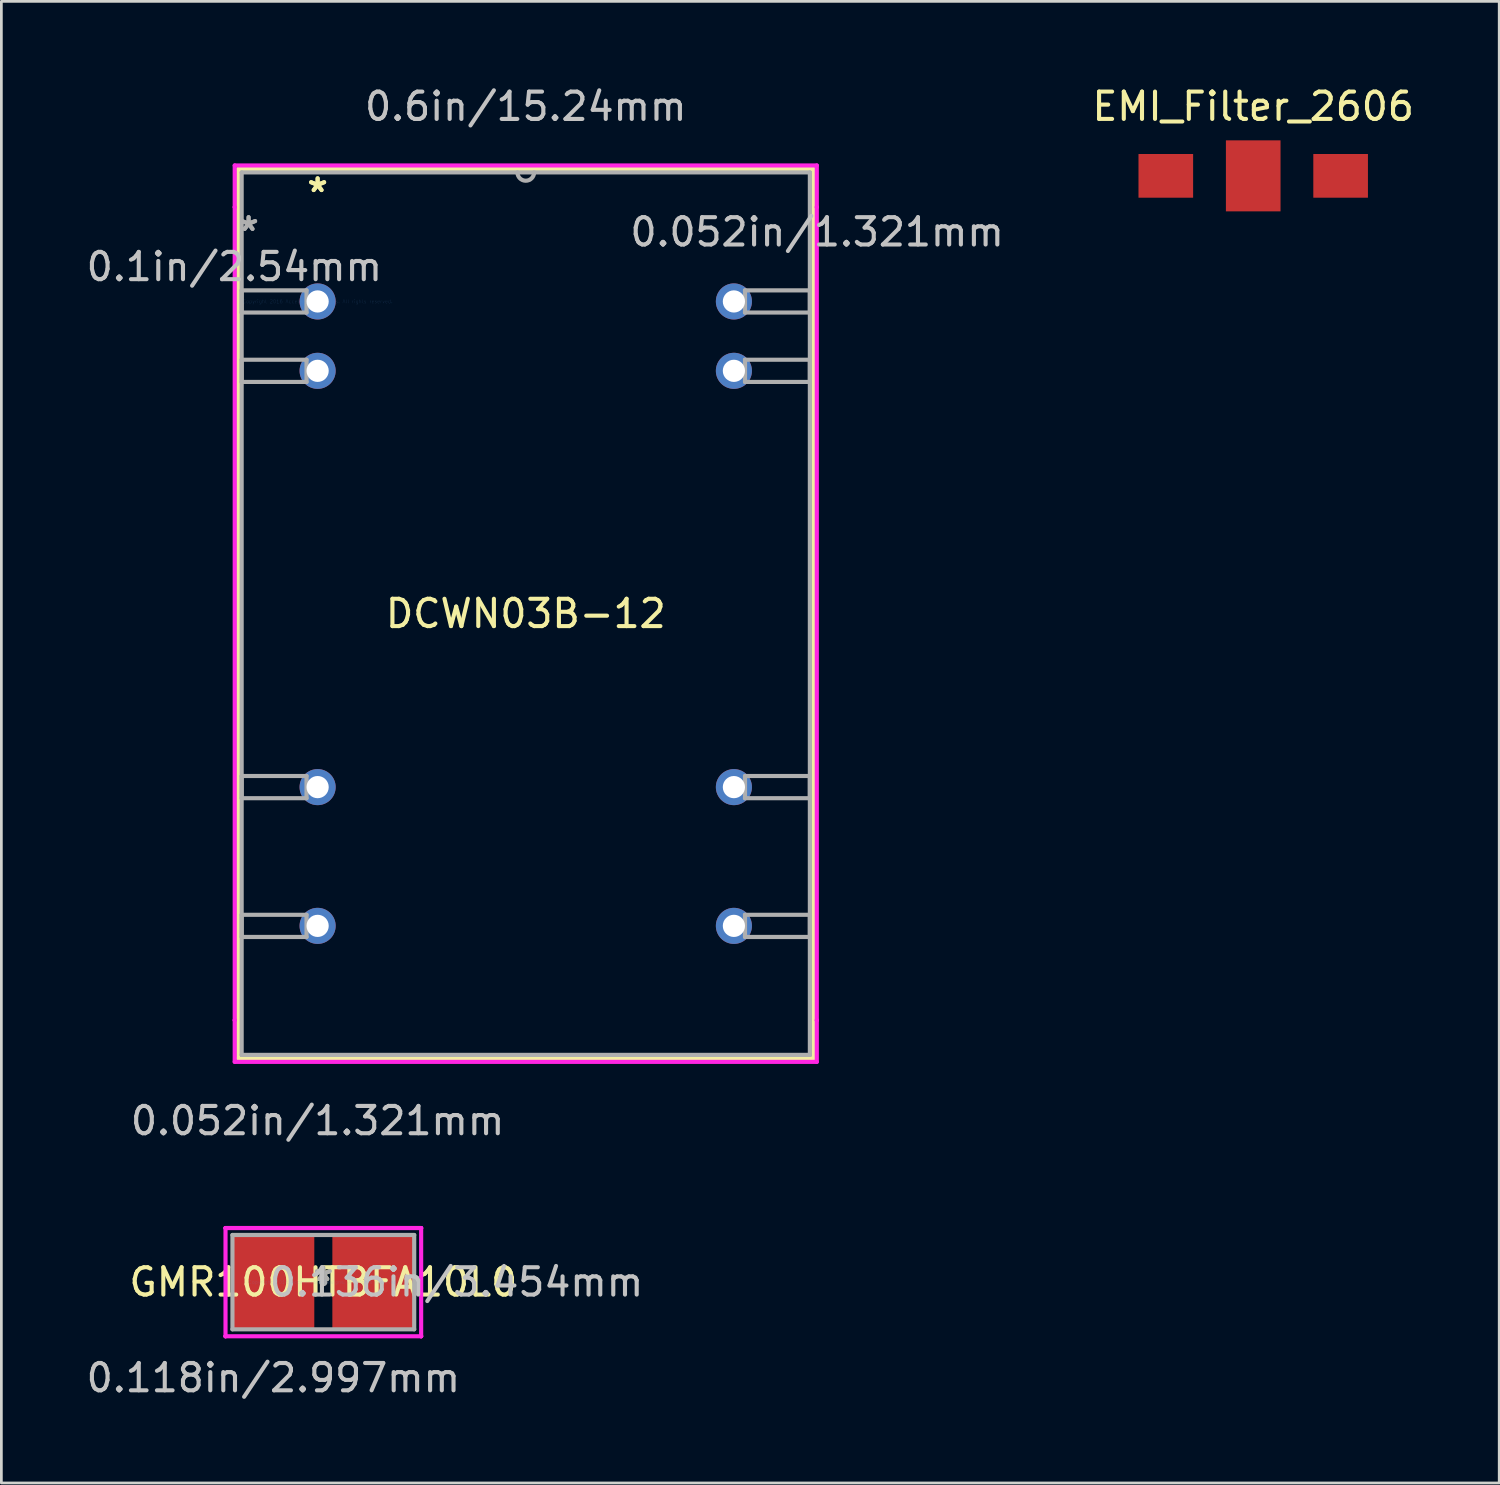
<source format=kicad_pcb>
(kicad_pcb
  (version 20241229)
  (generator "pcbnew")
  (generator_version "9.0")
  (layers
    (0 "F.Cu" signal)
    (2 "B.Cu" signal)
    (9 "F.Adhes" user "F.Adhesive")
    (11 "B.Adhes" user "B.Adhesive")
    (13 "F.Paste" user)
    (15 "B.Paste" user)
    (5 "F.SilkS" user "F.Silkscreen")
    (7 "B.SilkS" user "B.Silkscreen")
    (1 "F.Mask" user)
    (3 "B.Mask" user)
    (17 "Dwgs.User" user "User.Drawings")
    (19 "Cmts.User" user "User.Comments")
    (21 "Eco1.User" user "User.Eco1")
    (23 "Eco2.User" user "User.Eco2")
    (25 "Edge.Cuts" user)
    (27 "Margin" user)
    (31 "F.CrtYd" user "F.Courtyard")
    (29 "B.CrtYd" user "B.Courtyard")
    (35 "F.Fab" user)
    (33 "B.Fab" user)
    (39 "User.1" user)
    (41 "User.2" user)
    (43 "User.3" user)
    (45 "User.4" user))
  (footprint "GMR100HTBFA10L0"
    (layer "F.Cu")
    (at 8.787 43.889)
    (property "Reference" "GMR100HTBFA10L0" (at 0 0 0) (layer "F.SilkS") (effects (font (size 1 1) (thickness 0.15))))
    (attr through_hole)
    (fp_line (start -3.581 -1.981) (end -3.581 -1.981) (stroke (width 0.152) (type solid)) (layer "F.CrtYd"))
    (fp_line (start -3.581 -1.981) (end -3.581 -1.981) (stroke (width 0.152) (type solid)) (layer "F.CrtYd"))
    (fp_line (start -3.581 -1.981) (end 3.581 -1.981) (stroke (width 0.152) (type solid)) (layer "F.CrtYd"))
    (fp_line (start -3.581 1.981) (end -3.581 -1.981) (stroke (width 0.152) (type solid)) (layer "F.CrtYd"))
    (fp_line (start -3.581 1.981) (end -3.581 1.981) (stroke (width 0.152) (type solid)) (layer "F.CrtYd"))
    (fp_line (start -3.581 1.981) (end -3.581 1.981) (stroke (width 0.152) (type solid)) (layer "F.CrtYd"))
    (fp_line (start 3.581 -1.981) (end 3.581 -1.981) (stroke (width 0.152) (type solid)) (layer "F.CrtYd"))
    (fp_line (start 3.581 -1.981) (end 3.581 -1.981) (stroke (width 0.152) (type solid)) (layer "F.CrtYd"))
    (fp_line (start 3.581 -1.981) (end 3.581 1.981) (stroke (width 0.152) (type solid)) (layer "F.CrtYd"))
    (fp_line (start 3.581 1.981) (end -3.581 1.981) (stroke (width 0.152) (type solid)) (layer "F.CrtYd"))
    (fp_line (start 3.581 1.981) (end 3.581 1.981) (stroke (width 0.152) (type solid)) (layer "F.CrtYd"))
    (fp_line (start 3.581 1.981) (end 3.581 1.981) (stroke (width 0.152) (type solid)) (layer "F.CrtYd"))
    (fp_line (start -3.327 -1.727) (end -3.327 1.727) (stroke (width 0.152) (type solid)) (layer "F.Fab"))
    (fp_line (start -3.327 1.727) (end 3.327 1.727) (stroke (width 0.152) (type solid)) (layer "F.Fab"))
    (fp_line (start 3.327 -1.727) (end -3.327 -1.727) (stroke (width 0.152) (type solid)) (layer "F.Fab"))
    (fp_line (start 3.327 1.727) (end 3.327 -1.727) (stroke (width 0.152) (type solid)) (layer "F.Fab"))
    (fp_circle (center 0 0) (end 0 0) (stroke (width 0.152) (type solid)) (fill no) (layer "F.Fab"))
    (fp_text user "*" (at 0 0 0) (layer "F.SilkS") (effects (font (size 1 1) (thickness 0.15))))
    (fp_text user "0.136in/3.454mm" (at 4.877 0 0) (layer "Dwgs.User") (effects (font (size 1 1) (thickness 0.15))))
    (fp_text user "0.118in/2.997mm" (at -1.829 3.505 0) (layer "Dwgs.User") (effects (font (size 1 1) (thickness 0.15))))
    (fp_text user "Copyright 2016 Accelerated Designs. All rights reserved." (at 0 0 0) (layer "Cmts.User") (effects (font (size 0.127 0.127) (thickness 0.002))))
    (fp_text user "*" (at 0 0 0) (layer "F.Fab") (effects (font (size 1 1) (thickness 0.15))))
    (pad "1" smd rect (at -1.829 0) (size 2.997 3.454) (layers "F.Cu" "F.Mask" "F.Paste"))
    (pad "2" smd rect (at 1.829 0) (size 2.997 3.454) (layers "F.Cu" "F.Mask" "F.Paste")))
  (footprint "DCWN03B-12"
    (layer "F.Cu")
    (at 8.578 7.986)
    (property "Reference" "DCWN03B-12" (at 7.62 11.43 0) (layer "F.SilkS") (effects (font (size 1 1) (thickness 0.15))))
    (attr through_hole)
    (fp_line (start -2.908 -4.851) (end -2.908 27.711) (stroke (width 0.152) (type solid)) (layer "F.SilkS"))
    (fp_line (start -2.908 27.711) (end 18.148 27.711) (stroke (width 0.152) (type solid)) (layer "F.SilkS"))
    (fp_line (start 18.148 -4.851) (end -2.908 -4.851) (stroke (width 0.152) (type solid)) (layer "F.SilkS"))
    (fp_line (start 18.148 27.711) (end 18.148 -4.851) (stroke (width 0.152) (type solid)) (layer "F.SilkS"))
    (fp_line (start -3.035 -4.978) (end -3.035 -3.454) (stroke (width 0.152) (type solid)) (layer "F.CrtYd"))
    (fp_line (start -3.035 -3.454) (end -3.035 -3.454) (stroke (width 0.152) (type solid)) (layer "F.CrtYd"))
    (fp_line (start -3.035 -3.454) (end -3.035 26.314) (stroke (width 0.152) (type solid)) (layer "F.CrtYd"))
    (fp_line (start -3.035 26.314) (end -3.035 26.314) (stroke (width 0.152) (type solid)) (layer "F.CrtYd"))
    (fp_line (start -3.035 26.314) (end -3.035 27.838) (stroke (width 0.152) (type solid)) (layer "F.CrtYd"))
    (fp_line (start -3.035 27.838) (end 18.275 27.838) (stroke (width 0.152) (type solid)) (layer "F.CrtYd"))
    (fp_line (start 18.275 -4.978) (end -3.035 -4.978) (stroke (width 0.152) (type solid)) (layer "F.CrtYd"))
    (fp_line (start 18.275 -3.454) (end 18.275 -4.978) (stroke (width 0.152) (type solid)) (layer "F.CrtYd"))
    (fp_line (start 18.275 -3.454) (end 18.275 -3.454) (stroke (width 0.152) (type solid)) (layer "F.CrtYd"))
    (fp_line (start 18.275 26.314) (end 18.275 -3.454) (stroke (width 0.152) (type solid)) (layer "F.CrtYd"))
    (fp_line (start 18.275 26.314) (end 18.275 26.314) (stroke (width 0.152) (type solid)) (layer "F.CrtYd"))
    (fp_line (start 18.275 27.838) (end 18.275 26.314) (stroke (width 0.152) (type solid)) (layer "F.CrtYd"))
    (fp_line (start -2.781 -4.724) (end -2.781 27.584) (stroke (width 0.152) (type solid)) (layer "F.Fab"))
    (fp_line (start -2.781 -0.406) (end -0.406 -0.406) (stroke (width 0.152) (type solid)) (layer "F.Fab"))
    (fp_line (start -2.781 0.406) (end -2.781 -0.406) (stroke (width 0.152) (type solid)) (layer "F.Fab"))
    (fp_line (start -2.781 2.134) (end -0.406 2.134) (stroke (width 0.152) (type solid)) (layer "F.Fab"))
    (fp_line (start -2.781 2.946) (end -2.781 2.134) (stroke (width 0.152) (type solid)) (layer "F.Fab"))
    (fp_line (start -2.781 17.374) (end -0.406 17.374) (stroke (width 0.152) (type solid)) (layer "F.Fab"))
    (fp_line (start -2.781 18.186) (end -2.781 17.374) (stroke (width 0.152) (type solid)) (layer "F.Fab"))
    (fp_line (start -2.781 22.454) (end -0.406 22.454) (stroke (width 0.152) (type solid)) (layer "F.Fab"))
    (fp_line (start -2.781 23.266) (end -2.781 22.454) (stroke (width 0.152) (type solid)) (layer "F.Fab"))
    (fp_line (start -2.781 27.584) (end 18.021 27.584) (stroke (width 0.152) (type solid)) (layer "F.Fab"))
    (fp_line (start -0.406 -0.406) (end -0.406 0.406) (stroke (width 0.152) (type solid)) (layer "F.Fab"))
    (fp_line (start -0.406 0.406) (end -2.781 0.406) (stroke (width 0.152) (type solid)) (layer "F.Fab"))
    (fp_line (start -0.406 2.134) (end -0.406 2.946) (stroke (width 0.152) (type solid)) (layer "F.Fab"))
    (fp_line (start -0.406 2.946) (end -2.781 2.946) (stroke (width 0.152) (type solid)) (layer "F.Fab"))
    (fp_line (start -0.406 17.374) (end -0.406 18.186) (stroke (width 0.152) (type solid)) (layer "F.Fab"))
    (fp_line (start -0.406 18.186) (end -2.781 18.186) (stroke (width 0.152) (type solid)) (layer "F.Fab"))
    (fp_line (start -0.406 22.454) (end -0.406 23.266) (stroke (width 0.152) (type solid)) (layer "F.Fab"))
    (fp_line (start -0.406 23.266) (end -2.781 23.266) (stroke (width 0.152) (type solid)) (layer "F.Fab"))
    (fp_line (start 15.646 -0.406) (end 18.021 -0.406) (stroke (width 0.152) (type solid)) (layer "F.Fab"))
    (fp_line (start 15.646 0.406) (end 15.646 -0.406) (stroke (width 0.152) (type solid)) (layer "F.Fab"))
    (fp_line (start 15.646 2.134) (end 18.021 2.134) (stroke (width 0.152) (type solid)) (layer "F.Fab"))
    (fp_line (start 15.646 2.946) (end 15.646 2.134) (stroke (width 0.152) (type solid)) (layer "F.Fab"))
    (fp_line (start 15.646 17.374) (end 18.021 17.374) (stroke (width 0.152) (type solid)) (layer "F.Fab"))
    (fp_line (start 15.646 18.186) (end 15.646 17.374) (stroke (width 0.152) (type solid)) (layer "F.Fab"))
    (fp_line (start 15.646 22.454) (end 18.021 22.454) (stroke (width 0.152) (type solid)) (layer "F.Fab"))
    (fp_line (start 15.646 23.266) (end 15.646 22.454) (stroke (width 0.152) (type solid)) (layer "F.Fab"))
    (fp_line (start 18.021 -4.724) (end -2.781 -4.724) (stroke (width 0.152) (type solid)) (layer "F.Fab"))
    (fp_line (start 18.021 -0.406) (end 18.021 0.406) (stroke (width 0.152) (type solid)) (layer "F.Fab"))
    (fp_line (start 18.021 0.406) (end 15.646 0.406) (stroke (width 0.152) (type solid)) (layer "F.Fab"))
    (fp_line (start 18.021 2.134) (end 18.021 2.946) (stroke (width 0.152) (type solid)) (layer "F.Fab"))
    (fp_line (start 18.021 2.946) (end 15.646 2.946) (stroke (width 0.152) (type solid)) (layer "F.Fab"))
    (fp_line (start 18.021 17.374) (end 18.021 18.186) (stroke (width 0.152) (type solid)) (layer "F.Fab"))
    (fp_line (start 18.021 18.186) (end 15.646 18.186) (stroke (width 0.152) (type solid)) (layer "F.Fab"))
    (fp_line (start 18.021 22.454) (end 18.021 23.266) (stroke (width 0.152) (type solid)) (layer "F.Fab"))
    (fp_line (start 18.021 23.266) (end 15.646 23.266) (stroke (width 0.152) (type solid)) (layer "F.Fab"))
    (fp_line (start 18.021 27.584) (end 18.021 -4.724) (stroke (width 0.152) (type solid)) (layer "F.Fab"))
    (fp_arc (start 7.9248 -4.7244) (mid 7.62 -4.4196) (end 7.3152 -4.7244) (stroke (width 0.1524) (type solid)) (layer "F.Fab"))
    (fp_text user "*" (at 0 -3.962 0) (layer "F.SilkS") (effects (font (size 1 1) (thickness 0.15))))
    (fp_text user "*" (at 0 -3.962 0) (layer "F.SilkS") (effects (font (size 1 1) (thickness 0.15))))
    (fp_text user "0.6in/15.24mm" (at 7.62 -7.137 0) (layer "Dwgs.User") (effects (font (size 1 1) (thickness 0.15))))
    (fp_text user "0.052in/1.321mm" (at 0 29.997 0) (layer "Dwgs.User") (effects (font (size 1 1) (thickness 0.15))))
    (fp_text user "0.1in/2.54mm" (at -3.048 -1.27 0) (layer "Dwgs.User") (effects (font (size 1 1) (thickness 0.15))))
    (fp_text user "0.052in/1.321mm" (at 18.288 -2.54 0) (layer "Dwgs.User") (effects (font (size 1 1) (thickness 0.15))))
    (fp_text user "Copyright 2016 Accelerated Designs. All rights reserved." (at 0 0 0) (layer "Cmts.User") (effects (font (size 0.127 0.127) (thickness 0.002))))
    (fp_text user "*" (at -2.527 -2.54 0) (layer "F.Fab") (effects (font (size 1 1) (thickness 0.15))))
    (fp_text user "*" (at -2.527 -2.54 0) (layer "F.Fab") (effects (font (size 1 1) (thickness 0.15))))
    (pad "2" thru_hole circle (at 0 0) (size 1.321 1.321) (drill 0.813) (layers "*.Cu" "*.Mask"))
    (pad "3" thru_hole circle (at 0 2.54) (size 1.321 1.321) (drill 0.813) (layers "*.Cu" "*.Mask"))
    (pad "9" thru_hole circle (at 0 17.78) (size 1.321 1.321) (drill 0.813) (layers "*.Cu" "*.Mask"))
    (pad "11" thru_hole circle (at 0 22.86) (size 1.321 1.321) (drill 0.813) (layers "*.Cu" "*.Mask"))
    (pad "14" thru_hole circle (at 15.24 22.86) (size 1.321 1.321) (drill 0.813) (layers "*.Cu" "*.Mask"))
    (pad "16" thru_hole circle (at 15.24 17.78) (size 1.321 1.321) (drill 0.813) (layers "*.Cu" "*.Mask"))
    (pad "22" thru_hole circle (at 15.24 2.54) (size 1.321 1.321) (drill 0.813) (layers "*.Cu" "*.Mask"))
    (pad "23" thru_hole circle (at 15.24 0) (size 1.321 1.321) (drill 0.813) (layers "*.Cu" "*.Mask")))
  (footprint "EMI_Filter_2606"
    (layer "F.Cu")
    (at 42.83 3.388)
    (property "Reference" "EMI_Filter_2606" (at 0 -2.54 0) (layer "F.SilkS") (effects (font (size 1 1) (thickness 0.15))))
    (attr through_hole)
    (pad "1" smd rect (at -3.2 0) (size 2 1.6) (layers "F.Cu" "F.Mask" "F.Paste"))
    (pad "2" smd rect (at 0 0) (size 2 2.6) (layers "F.Cu" "F.Mask" "F.Paste"))
    (pad "3" smd rect (at 3.2 0) (size 2 1.6) (layers "F.Cu" "F.Mask" "F.Paste")))
  (gr_rect
    (start -3 -3)
    (end 51.836 51.242)
    (stroke (width 0.1) (type default))
    (fill no)
    (layer "Edge.Cuts")))
</source>
